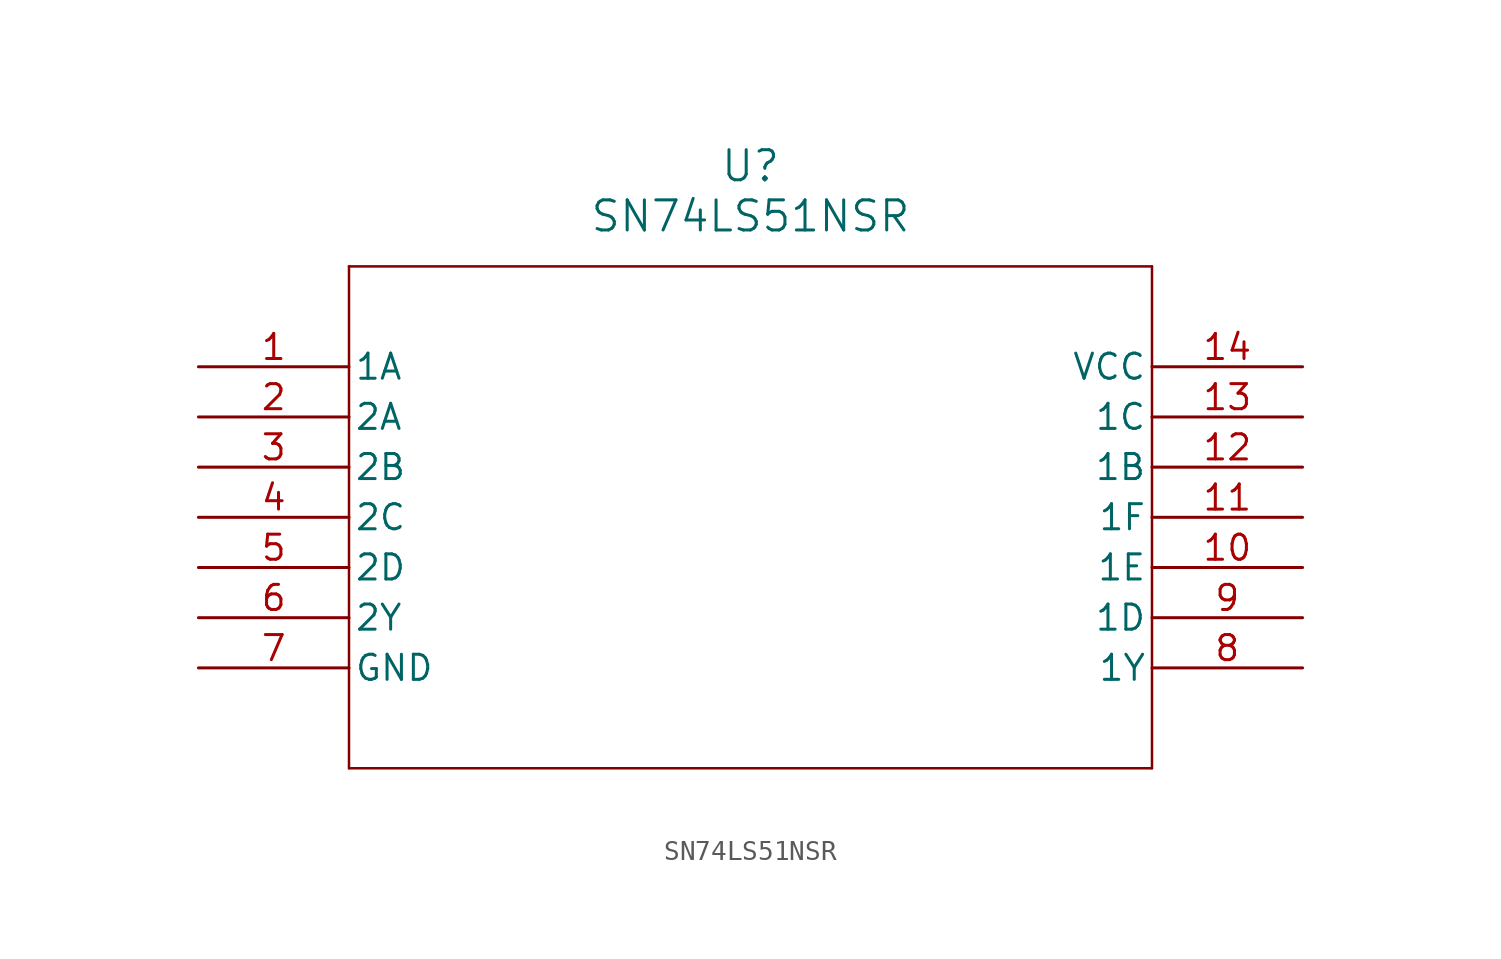
<source format=kicad_sym>
(kicad_symbol_lib
  (version 20211014)
  (generator kicad_symbol_editor)
  (symbol "SN74LS51NSR"
    (pin_names
      (offset 0.254))
    (property "Reference" "U"
      (at 27.94 10.16 0)
      (effects (font (size 1.524 1.524))))
    (property "Value" "SN74LS51NSR"
      (at 27.94 7.62 0)
      (effects (font (size 1.524 1.524))))
    (symbol "SN74LS51NSR_0_1"
      (polyline (pts (xy 7.62 5.08) (xy 7.62 -20.32)) (stroke (width 0.127) (type default) (color 0 0 0 0)) (fill (type none)))
      (polyline (pts (xy 7.62 -20.32) (xy 48.26 -20.32)) (stroke (width 0.127) (type default) (color 0 0 0 0)) (fill (type none)))
      (polyline (pts (xy 48.26 -20.32) (xy 48.26 5.08)) (stroke (width 0.127) (type default) (color 0 0 0 0)) (fill (type none)))
      (polyline (pts (xy 48.26 5.08) (xy 7.62 5.08)) (stroke (width 0.127) (type default) (color 0 0 0 0)) (fill (type none)))
      (pin input line (at 0 0 0) (length 7.62) (name "1A" (effects (font (size 1.27 1.27)))) (number "1" (effects (font (size 1.27 1.27)))))
      (pin input line (at 0 -2.54 0) (length 7.62) (name "2A" (effects (font (size 1.27 1.27)))) (number "2" (effects (font (size 1.27 1.27)))))
      (pin input line (at 0 -5.08 0) (length 7.62) (name "2B" (effects (font (size 1.27 1.27)))) (number "3" (effects (font (size 1.27 1.27)))))
      (pin input line (at 0 -7.62 0) (length 7.62) (name "2C" (effects (font (size 1.27 1.27)))) (number "4" (effects (font (size 1.27 1.27)))))
      (pin input line (at 0 -10.16 0) (length 7.62) (name "2D" (effects (font (size 1.27 1.27)))) (number "5" (effects (font (size 1.27 1.27)))))
      (pin output line (at 0 -12.7 0) (length 7.62) (name "2Y" (effects (font (size 1.27 1.27)))) (number "6" (effects (font (size 1.27 1.27)))))
      (pin power_in line (at 0 -15.24 0) (length 7.62) (name "GND" (effects (font (size 1.27 1.27)))) (number "7" (effects (font (size 1.27 1.27)))))
      (pin output line (at 55.88 -15.24 180) (length 7.62) (name "1Y" (effects (font (size 1.27 1.27)))) (number "8" (effects (font (size 1.27 1.27)))))
      (pin input line (at 55.88 -12.7 180) (length 7.62) (name "1D" (effects (font (size 1.27 1.27)))) (number "9" (effects (font (size 1.27 1.27)))))
      (pin input line (at 55.88 -10.16 180) (length 7.62) (name "1E" (effects (font (size 1.27 1.27)))) (number "10" (effects (font (size 1.27 1.27)))))
      (pin input line (at 55.88 -7.62 180) (length 7.62) (name "1F" (effects (font (size 1.27 1.27)))) (number "11" (effects (font (size 1.27 1.27)))))
      (pin input line (at 55.88 -5.08 180) (length 7.62) (name "1B" (effects (font (size 1.27 1.27)))) (number "12" (effects (font (size 1.27 1.27)))))
      (pin input line (at 55.88 -2.54 180) (length 7.62) (name "1C" (effects (font (size 1.27 1.27)))) (number "13" (effects (font (size 1.27 1.27)))))
      (pin power_in line (at 55.88 0 180) (length 7.62) (name "VCC" (effects (font (size 1.27 1.27)))) (number "14" (effects (font (size 1.27 1.27))))))))
</source>
